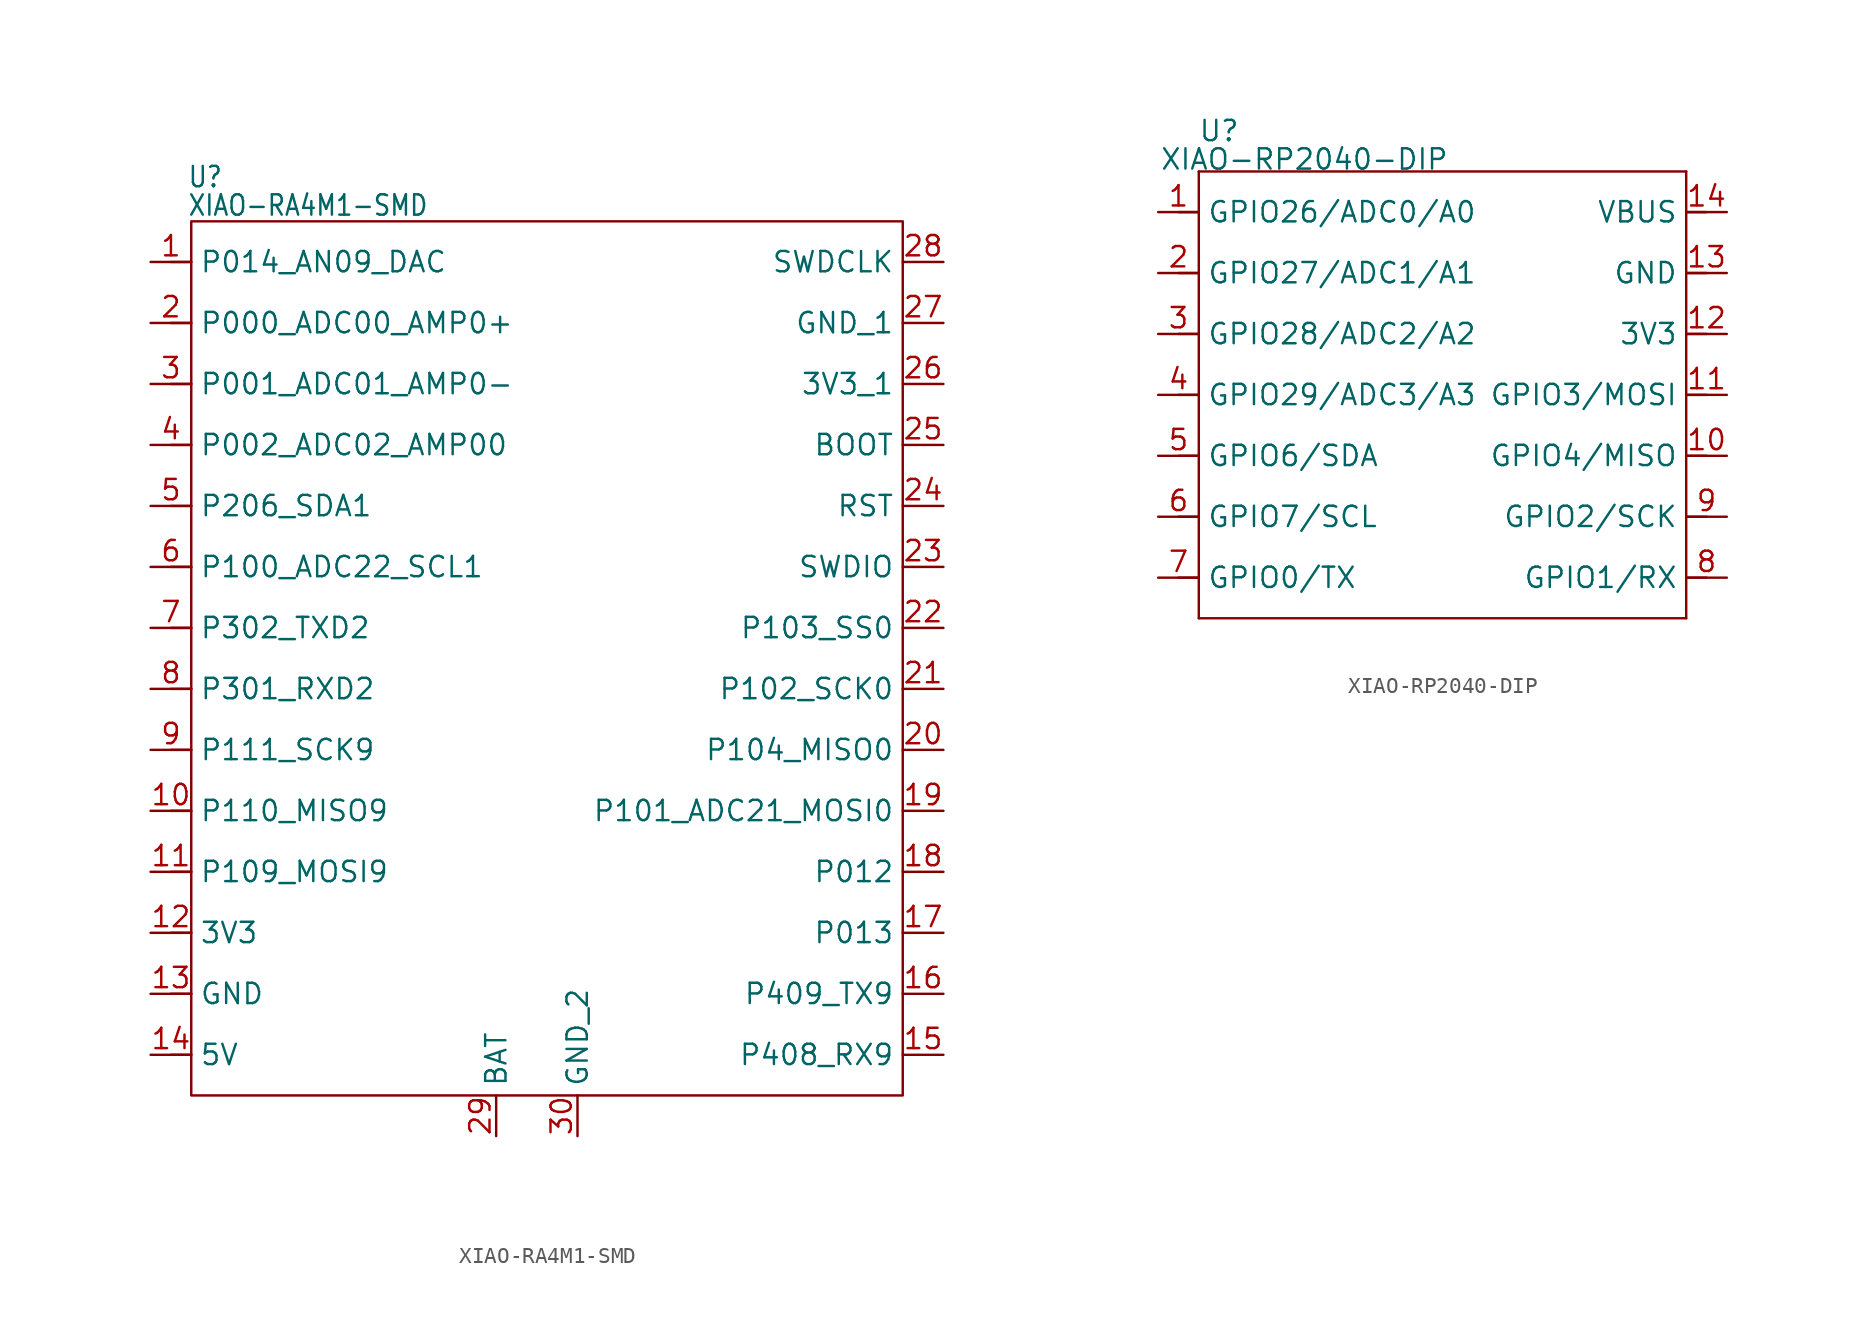
<source format=kicad_sym>
(kicad_symbol_lib
  (version 20241209)
  (generator "kicad_symbol_editor")
  (generator_version "9.0")
  (symbol "XIAO-RA4M1-SMD"
    (property "Reference" "U"
      (at -21.844 27.432 0)
      (effects (font (size 1.27 1.079)) (justify left bottom)))
    (property "Value" "XIAO-RA4M1-SMD"
      (at -21.844 25.654 0)
      (effects (font (size 1.27 1.079)) (justify left bottom)))
    (symbol "XIAO-RA4M1-SMD_0_1"
      (rectangle (start -21.59 25.4) (end 22.86 -29.21) (stroke (width 0) (type default)) (fill (type none))))
    (symbol "XIAO-RA4M1-SMD_1_0"
      (polyline (pts (xy -22.86 -3.81) (xy -21.59 -3.81)) (stroke (width 0.152) (type solid)) (fill (type none)))
      (polyline (pts (xy -22.86 -7.62) (xy -21.59 -7.62)) (stroke (width 0.152) (type solid)) (fill (type none)))
      (polyline (pts (xy -22.86 -11.43) (xy -21.59 -11.43)) (stroke (width 0.152) (type solid)) (fill (type none)))
      (polyline (pts (xy -22.86 -15.24) (xy -21.59 -15.24)) (stroke (width 0.152) (type solid)) (fill (type none)))
      (polyline (pts (xy -22.86 -19.05) (xy -21.59 -19.05)) (stroke (width 0.152) (type solid)) (fill (type none)))
      (polyline (pts (xy -22.86 -22.86) (xy -21.59 -22.86)) (stroke (width 0.152) (type solid)) (fill (type none)))
      (polyline (pts (xy -22.86 -26.67) (xy -21.59 -26.67)) (stroke (width 0.152) (type solid)) (fill (type none)))
      (polyline (pts (xy -21.59 22.86) (xy -22.86 22.86)) (stroke (width 0.152) (type solid)) (fill (type none)))
      (polyline (pts (xy -21.59 19.05) (xy -22.86 19.05)) (stroke (width 0.152) (type solid)) (fill (type none)))
      (polyline (pts (xy -21.59 15.24) (xy -22.86 15.24)) (stroke (width 0.152) (type solid)) (fill (type none)))
      (polyline (pts (xy -21.59 11.43) (xy -22.86 11.43)) (stroke (width 0.152) (type solid)) (fill (type none)))
      (polyline (pts (xy -21.59 7.62) (xy -22.86 7.62)) (stroke (width 0.152) (type solid)) (fill (type none)))
      (polyline (pts (xy -21.59 3.81) (xy -22.86 3.81)) (stroke (width 0.152) (type solid)) (fill (type none)))
      (polyline (pts (xy -21.59 0) (xy -22.86 0)) (stroke (width 0.152) (type solid)) (fill (type none)))
      (pin passive line (at -24.13 22.86 0) (length 2.54) (name "P014_AN09_DAC" (effects (font (size 1.27 1.27)))) (number "1" (effects (font (size 1.27 1.27)))))
      (pin passive line (at -24.13 19.05 0) (length 2.54) (name "P000_ADC00_AMP0+" (effects (font (size 1.27 1.27)))) (number "2" (effects (font (size 1.27 1.27)))))
      (pin passive line (at -24.13 15.24 0) (length 2.54) (name "P001_ADC01_AMP0-" (effects (font (size 1.27 1.27)))) (number "3" (effects (font (size 1.27 1.27)))))
      (pin passive line (at -24.13 11.43 0) (length 2.54) (name "P002_ADC02_AMP00" (effects (font (size 1.27 1.27)))) (number "4" (effects (font (size 1.27 1.27)))))
      (pin passive line (at -24.13 7.62 0) (length 2.54) (name "P206_SDA1" (effects (font (size 1.27 1.27)))) (number "5" (effects (font (size 1.27 1.27)))))
      (pin passive line (at -24.13 3.81 0) (length 2.54) (name "P100_ADC22_SCL1" (effects (font (size 1.27 1.27)))) (number "6" (effects (font (size 1.27 1.27)))))
      (pin passive line (at -24.13 0 0) (length 2.54) (name "P302_TXD2" (effects (font (size 1.27 1.27)))) (number "7" (effects (font (size 1.27 1.27)))))
      (pin passive line (at -24.13 -3.81 0) (length 2.54) (name "P301_RXD2" (effects (font (size 1.27 1.27)))) (number "8" (effects (font (size 1.27 1.27)))))
      (pin passive line (at -24.13 -7.62 0) (length 2.54) (name "P111_SCK9" (effects (font (size 1.27 1.27)))) (number "9" (effects (font (size 1.27 1.27)))))
      (pin passive line (at -24.13 -11.43 0) (length 2.54) (name "P110_MISO9" (effects (font (size 1.27 1.27)))) (number "10" (effects (font (size 1.27 1.27)))))
      (pin passive line (at -24.13 -15.24 0) (length 2.54) (name "P109_MOSI9" (effects (font (size 1.27 1.27)))) (number "11" (effects (font (size 1.27 1.27)))))
      (pin passive line (at -24.13 -19.05 0) (length 2.54) (name "3V3" (effects (font (size 1.27 1.27)))) (number "12" (effects (font (size 1.27 1.27)))))
      (pin passive line (at -24.13 -22.86 0) (length 2.54) (name "GND" (effects (font (size 1.27 1.27)))) (number "13" (effects (font (size 1.27 1.27)))))
      (pin passive line (at -24.13 -26.67 0) (length 2.54) (name "5V" (effects (font (size 1.27 1.27)))) (number "14" (effects (font (size 1.27 1.27))))))
    (symbol "XIAO-RA4M1-SMD_1_1"
      (pin passive line (at -2.54 -31.75 90) (length 2.54) (name "BAT" (effects (font (size 1.27 1.27)))) (number "29" (effects (font (size 1.27 1.27)))))
      (pin passive line (at 2.54 -31.75 90) (length 2.54) (name "GND_2" (effects (font (size 1.27 1.27)))) (number "30" (effects (font (size 1.27 1.27)))))
      (pin passive line (at 25.4 22.86 180) (length 2.54) (name "SWDCLK" (effects (font (size 1.27 1.27)))) (number "28" (effects (font (size 1.27 1.27)))))
      (pin passive line (at 25.4 19.05 180) (length 2.54) (name "GND_1" (effects (font (size 1.27 1.27)))) (number "27" (effects (font (size 1.27 1.27)))))
      (pin passive line (at 25.4 15.24 180) (length 2.54) (name "3V3_1" (effects (font (size 1.27 1.27)))) (number "26" (effects (font (size 1.27 1.27)))))
      (pin passive line (at 25.4 11.43 180) (length 2.54) (name "BOOT" (effects (font (size 1.27 1.27)))) (number "25" (effects (font (size 1.27 1.27)))))
      (pin passive line (at 25.4 7.62 180) (length 2.54) (name "RST" (effects (font (size 1.27 1.27)))) (number "24" (effects (font (size 1.27 1.27)))))
      (pin passive line (at 25.4 3.81 180) (length 2.54) (name "SWDIO" (effects (font (size 1.27 1.27)))) (number "23" (effects (font (size 1.27 1.27)))))
      (pin passive line (at 25.4 0 180) (length 2.54) (name "P103_SS0" (effects (font (size 1.27 1.27)))) (number "22" (effects (font (size 1.27 1.27)))))
      (pin passive line (at 25.4 -3.81 180) (length 2.54) (name "P102_SCK0" (effects (font (size 1.27 1.27)))) (number "21" (effects (font (size 1.27 1.27)))))
      (pin passive line (at 25.4 -7.62 180) (length 2.54) (name "P104_MISO0" (effects (font (size 1.27 1.27)))) (number "20" (effects (font (size 1.27 1.27)))))
      (pin passive line (at 25.4 -11.43 180) (length 2.54) (name "P101_ADC21_MOSI0" (effects (font (size 1.27 1.27)))) (number "19" (effects (font (size 1.27 1.27)))))
      (pin passive line (at 25.4 -15.24 180) (length 2.54) (name "P012" (effects (font (size 1.27 1.27)))) (number "18" (effects (font (size 1.27 1.27)))))
      (pin passive line (at 25.4 -19.05 180) (length 2.54) (name "P013" (effects (font (size 1.27 1.27)))) (number "17" (effects (font (size 1.27 1.27)))))
      (pin passive line (at 25.4 -22.86 180) (length 2.54) (name "P409_TX9" (effects (font (size 1.27 1.27)))) (number "16" (effects (font (size 1.27 1.27)))))
      (pin passive line (at 25.4 -26.67 180) (length 2.54) (name "P408_RX9" (effects (font (size 1.27 1.27)))) (number "15" (effects (font (size 1.27 1.27)))))))
  (symbol "XIAO-RP2040-DIP"
    (property "Reference" "U"
      (at 0 0 0)
      (effects (font (size 1.27 1.27))))
    (property "Value" "XIAO-RP2040-DIP"
      (at 5.334 -1.778 0)
      (effects (font (size 1.27 1.27))))
    (symbol "XIAO-RP2040-DIP_1_0"
      (polyline (pts (xy -1.27 -2.54) (xy 29.21 -2.54)) (stroke (width 0.152) (type solid)) (fill (type none)))
      (polyline (pts (xy -1.27 -5.08) (xy -2.54 -5.08)) (stroke (width 0.152) (type solid)) (fill (type none)))
      (polyline (pts (xy -1.27 -5.08) (xy -1.27 -2.54)) (stroke (width 0.152) (type solid)) (fill (type none)))
      (polyline (pts (xy -1.27 -8.89) (xy -2.54 -8.89)) (stroke (width 0.152) (type solid)) (fill (type none)))
      (polyline (pts (xy -1.27 -8.89) (xy -1.27 -5.08)) (stroke (width 0.152) (type solid)) (fill (type none)))
      (polyline (pts (xy -1.27 -12.7) (xy -2.54 -12.7)) (stroke (width 0.152) (type solid)) (fill (type none)))
      (polyline (pts (xy -1.27 -12.7) (xy -1.27 -8.89)) (stroke (width 0.152) (type solid)) (fill (type none)))
      (polyline (pts (xy -1.27 -16.51) (xy -2.54 -16.51)) (stroke (width 0.152) (type solid)) (fill (type none)))
      (polyline (pts (xy -1.27 -16.51) (xy -1.27 -12.7)) (stroke (width 0.152) (type solid)) (fill (type none)))
      (polyline (pts (xy -1.27 -20.32) (xy -2.54 -20.32)) (stroke (width 0.152) (type solid)) (fill (type none)))
      (polyline (pts (xy -1.27 -24.13) (xy -2.54 -24.13)) (stroke (width 0.152) (type solid)) (fill (type none)))
      (polyline (pts (xy -1.27 -27.94) (xy -2.54 -27.94)) (stroke (width 0.152) (type solid)) (fill (type none)))
      (polyline (pts (xy -1.27 -30.48) (xy -1.27 -16.51)) (stroke (width 0.152) (type solid)) (fill (type none)))
      (polyline (pts (xy 29.21 -2.54) (xy 29.21 -5.08)) (stroke (width 0.152) (type solid)) (fill (type none)))
      (polyline (pts (xy 29.21 -5.08) (xy 29.21 -8.89)) (stroke (width 0.152) (type solid)) (fill (type none)))
      (polyline (pts (xy 29.21 -8.89) (xy 29.21 -12.7)) (stroke (width 0.152) (type solid)) (fill (type none)))
      (polyline (pts (xy 29.21 -12.7) (xy 29.21 -30.48)) (stroke (width 0.152) (type solid)) (fill (type none)))
      (polyline (pts (xy 29.21 -30.48) (xy -1.27 -30.48)) (stroke (width 0.152) (type solid)) (fill (type none)))
      (polyline (pts (xy 30.48 -5.08) (xy 29.21 -5.08)) (stroke (width 0.152) (type solid)) (fill (type none)))
      (polyline (pts (xy 30.48 -8.89) (xy 29.21 -8.89)) (stroke (width 0.152) (type solid)) (fill (type none)))
      (polyline (pts (xy 30.48 -12.7) (xy 29.21 -12.7)) (stroke (width 0.152) (type solid)) (fill (type none)))
      (polyline (pts (xy 30.48 -16.51) (xy 29.21 -16.51)) (stroke (width 0.152) (type solid)) (fill (type none)))
      (polyline (pts (xy 30.48 -20.32) (xy 29.21 -20.32)) (stroke (width 0.152) (type solid)) (fill (type none)))
      (polyline (pts (xy 30.48 -24.13) (xy 29.21 -24.13)) (stroke (width 0.152) (type solid)) (fill (type none)))
      (polyline (pts (xy 30.48 -27.94) (xy 29.21 -27.94)) (stroke (width 0.152) (type solid)) (fill (type none)))
      (pin passive line (at -3.81 -5.08 0) (length 2.54) (name "GPIO26/ADC0/A0" (effects (font (size 1.27 1.27)))) (number "1" (effects (font (size 1.27 1.27)))))
      (pin passive line (at -3.81 -8.89 0) (length 2.54) (name "GPIO27/ADC1/A1" (effects (font (size 1.27 1.27)))) (number "2" (effects (font (size 1.27 1.27)))))
      (pin passive line (at -3.81 -12.7 0) (length 2.54) (name "GPIO28/ADC2/A2" (effects (font (size 1.27 1.27)))) (number "3" (effects (font (size 1.27 1.27)))))
      (pin passive line (at -3.81 -16.51 0) (length 2.54) (name "GPIO29/ADC3/A3" (effects (font (size 1.27 1.27)))) (number "4" (effects (font (size 1.27 1.27)))))
      (pin passive line (at -3.81 -20.32 0) (length 2.54) (name "GPIO6/SDA" (effects (font (size 1.27 1.27)))) (number "5" (effects (font (size 1.27 1.27)))))
      (pin passive line (at -3.81 -24.13 0) (length 2.54) (name "GPIO7/SCL" (effects (font (size 1.27 1.27)))) (number "6" (effects (font (size 1.27 1.27)))))
      (pin passive line (at -3.81 -27.94 0) (length 2.54) (name "GPIO0/TX" (effects (font (size 1.27 1.27)))) (number "7" (effects (font (size 1.27 1.27)))))
      (pin passive line (at 31.75 -5.08 180) (length 2.54) (name "VBUS" (effects (font (size 1.27 1.27)))) (number "14" (effects (font (size 1.27 1.27)))))
      (pin passive line (at 31.75 -8.89 180) (length 2.54) (name "GND" (effects (font (size 1.27 1.27)))) (number "13" (effects (font (size 1.27 1.27)))))
      (pin passive line (at 31.75 -12.7 180) (length 2.54) (name "3V3" (effects (font (size 1.27 1.27)))) (number "12" (effects (font (size 1.27 1.27)))))
      (pin passive line (at 31.75 -16.51 180) (length 2.54) (name "GPIO3/MOSI" (effects (font (size 1.27 1.27)))) (number "11" (effects (font (size 1.27 1.27)))))
      (pin passive line (at 31.75 -20.32 180) (length 2.54) (name "GPIO4/MISO" (effects (font (size 1.27 1.27)))) (number "10" (effects (font (size 1.27 1.27)))))
      (pin passive line (at 31.75 -24.13 180) (length 2.54) (name "GPIO2/SCK" (effects (font (size 1.27 1.27)))) (number "9" (effects (font (size 1.27 1.27)))))
      (pin passive line (at 31.75 -27.94 180) (length 2.54) (name "GPIO1/RX" (effects (font (size 1.27 1.27)))) (number "8" (effects (font (size 1.27 1.27))))))))
</source>
